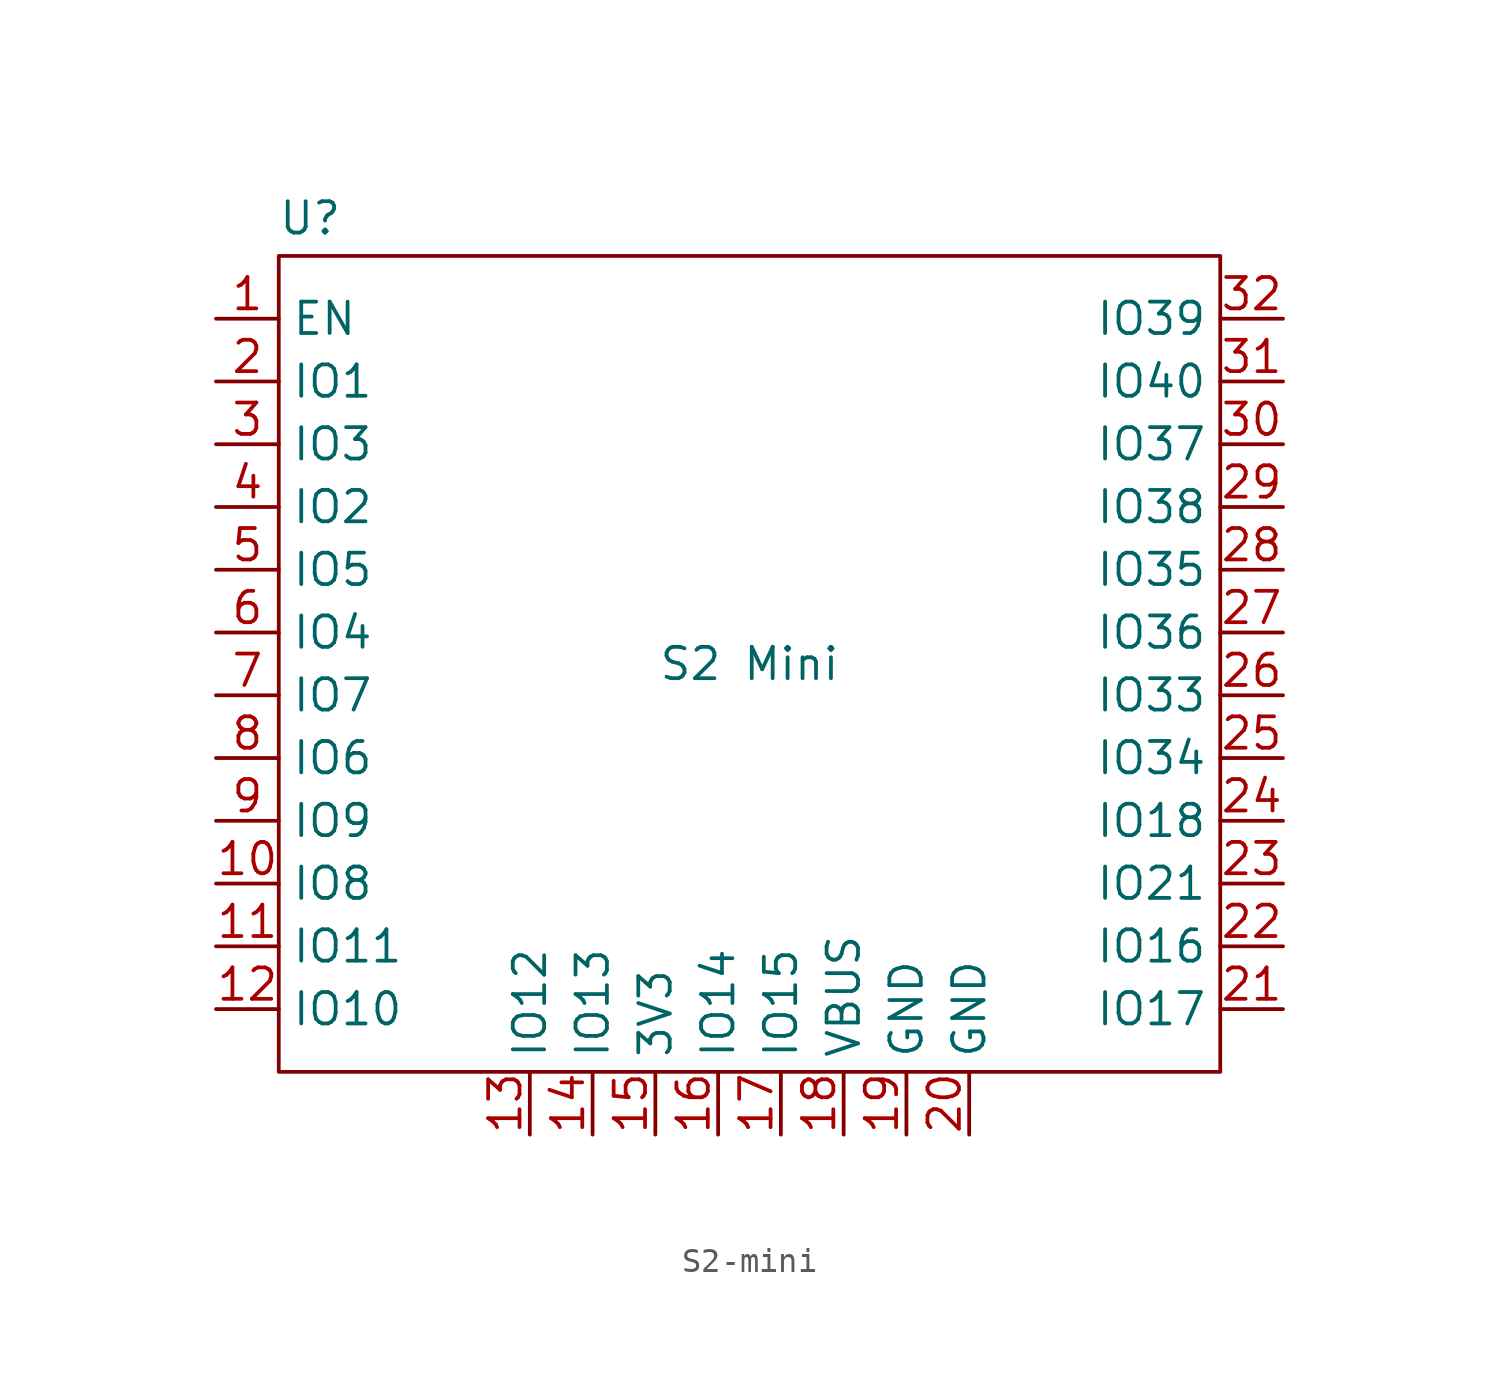
<source format=kicad_sym>
(kicad_symbol_lib
  (version 20241209)
  (generator "kicad_symbol_editor")
  (generator_version "9.0")
  (symbol "S2-mini"
    (property "Reference" "U"
      (at -17.78 18.034 0)
      (effects (font (size 1.27 1.27))))
    (property "Value" "S2 Mini"
      (at 0 0 0)
      (effects (font (size 1.27 1.27))))
    (symbol "S2-mini_0_1"
      (rectangle (start -19.05 16.51) (end 19.05 -16.51) (stroke (width 0) (type default)) (fill (type none))))
    (symbol "S2-mini_1_1"
      (pin input line (at -21.59 13.97 0) (length 2.54) (name "EN" (effects (font (size 1.27 1.27)))) (number "1" (effects (font (size 1.27 1.27)))))
      (pin bidirectional line (at -21.59 11.43 0) (length 2.54) (name "IO1" (effects (font (size 1.27 1.27)))) (number "2" (effects (font (size 1.27 1.27)))))
      (pin bidirectional line (at -21.59 8.89 0) (length 2.54) (name "IO3" (effects (font (size 1.27 1.27)))) (number "3" (effects (font (size 1.27 1.27)))))
      (pin bidirectional line (at -21.59 6.35 0) (length 2.54) (name "IO2" (effects (font (size 1.27 1.27)))) (number "4" (effects (font (size 1.27 1.27)))))
      (pin bidirectional line (at -21.59 3.81 0) (length 2.54) (name "IO5" (effects (font (size 1.27 1.27)))) (number "5" (effects (font (size 1.27 1.27)))))
      (pin bidirectional line (at -21.59 1.27 0) (length 2.54) (name "IO4" (effects (font (size 1.27 1.27)))) (number "6" (effects (font (size 1.27 1.27)))))
      (pin bidirectional line (at -21.59 -1.27 0) (length 2.54) (name "IO7" (effects (font (size 1.27 1.27)))) (number "7" (effects (font (size 1.27 1.27)))))
      (pin bidirectional line (at -21.59 -3.81 0) (length 2.54) (name "IO6" (effects (font (size 1.27 1.27)))) (number "8" (effects (font (size 1.27 1.27)))))
      (pin bidirectional line (at -21.59 -6.35 0) (length 2.54) (name "IO9" (effects (font (size 1.27 1.27)))) (number "9" (effects (font (size 1.27 1.27)))))
      (pin bidirectional line (at -21.59 -8.89 0) (length 2.54) (name "IO8" (effects (font (size 1.27 1.27)))) (number "10" (effects (font (size 1.27 1.27)))))
      (pin bidirectional line (at -21.59 -11.43 0) (length 2.54) (name "IO11" (effects (font (size 1.27 1.27)))) (number "11" (effects (font (size 1.27 1.27)))))
      (pin bidirectional line (at -21.59 -13.97 0) (length 2.54) (name "IO10" (effects (font (size 1.27 1.27)))) (number "12" (effects (font (size 1.27 1.27)))))
      (pin bidirectional line (at -8.89 -19.05 90) (length 2.54) (name "IO12" (effects (font (size 1.27 1.27)))) (number "13" (effects (font (size 1.27 1.27)))))
      (pin bidirectional line (at -6.35 -19.05 90) (length 2.54) (name "IO13" (effects (font (size 1.27 1.27)))) (number "14" (effects (font (size 1.27 1.27)))))
      (pin power_in line (at -3.81 -19.05 90) (length 2.54) (name "3V3" (effects (font (size 1.27 1.27)))) (number "15" (effects (font (size 1.27 1.27)))))
      (pin bidirectional line (at -1.27 -19.05 90) (length 2.54) (name "IO14" (effects (font (size 1.27 1.27)))) (number "16" (effects (font (size 1.27 1.27)))))
      (pin bidirectional line (at 1.27 -19.05 90) (length 2.54) (name "IO15" (effects (font (size 1.27 1.27)))) (number "17" (effects (font (size 1.27 1.27)))))
      (pin power_in line (at 3.81 -19.05 90) (length 2.54) (name "VBUS" (effects (font (size 1.27 1.27)))) (number "18" (effects (font (size 1.27 1.27)))))
      (pin power_in line (at 6.35 -19.05 90) (length 2.54) (name "GND" (effects (font (size 1.27 1.27)))) (number "19" (effects (font (size 1.27 1.27)))))
      (pin power_in line (at 8.89 -19.05 90) (length 2.54) (name "GND" (effects (font (size 1.27 1.27)))) (number "20" (effects (font (size 1.27 1.27)))))
      (pin input line (at 21.59 13.97 180) (length 2.54) (name "IO39" (effects (font (size 1.27 1.27)))) (number "32" (effects (font (size 1.27 1.27)))))
      (pin bidirectional line (at 21.59 11.43 180) (length 2.54) (name "IO40" (effects (font (size 1.27 1.27)))) (number "31" (effects (font (size 1.27 1.27)))))
      (pin bidirectional line (at 21.59 8.89 180) (length 2.54) (name "IO37" (effects (font (size 1.27 1.27)))) (number "30" (effects (font (size 1.27 1.27)))))
      (pin bidirectional line (at 21.59 6.35 180) (length 2.54) (name "IO38" (effects (font (size 1.27 1.27)))) (number "29" (effects (font (size 1.27 1.27)))))
      (pin bidirectional line (at 21.59 3.81 180) (length 2.54) (name "IO35" (effects (font (size 1.27 1.27)))) (number "28" (effects (font (size 1.27 1.27)))))
      (pin bidirectional line (at 21.59 1.27 180) (length 2.54) (name "IO36" (effects (font (size 1.27 1.27)))) (number "27" (effects (font (size 1.27 1.27)))))
      (pin bidirectional line (at 21.59 -1.27 180) (length 2.54) (name "IO33" (effects (font (size 1.27 1.27)))) (number "26" (effects (font (size 1.27 1.27)))))
      (pin bidirectional line (at 21.59 -3.81 180) (length 2.54) (name "IO34" (effects (font (size 1.27 1.27)))) (number "25" (effects (font (size 1.27 1.27)))))
      (pin bidirectional line (at 21.59 -6.35 180) (length 2.54) (name "IO18" (effects (font (size 1.27 1.27)))) (number "24" (effects (font (size 1.27 1.27)))))
      (pin bidirectional line (at 21.59 -8.89 180) (length 2.54) (name "IO21" (effects (font (size 1.27 1.27)))) (number "23" (effects (font (size 1.27 1.27)))))
      (pin bidirectional line (at 21.59 -11.43 180) (length 2.54) (name "IO16" (effects (font (size 1.27 1.27)))) (number "22" (effects (font (size 1.27 1.27)))))
      (pin bidirectional line (at 21.59 -13.97 180) (length 2.54) (name "IO17" (effects (font (size 1.27 1.27)))) (number "21" (effects (font (size 1.27 1.27))))))))
</source>
